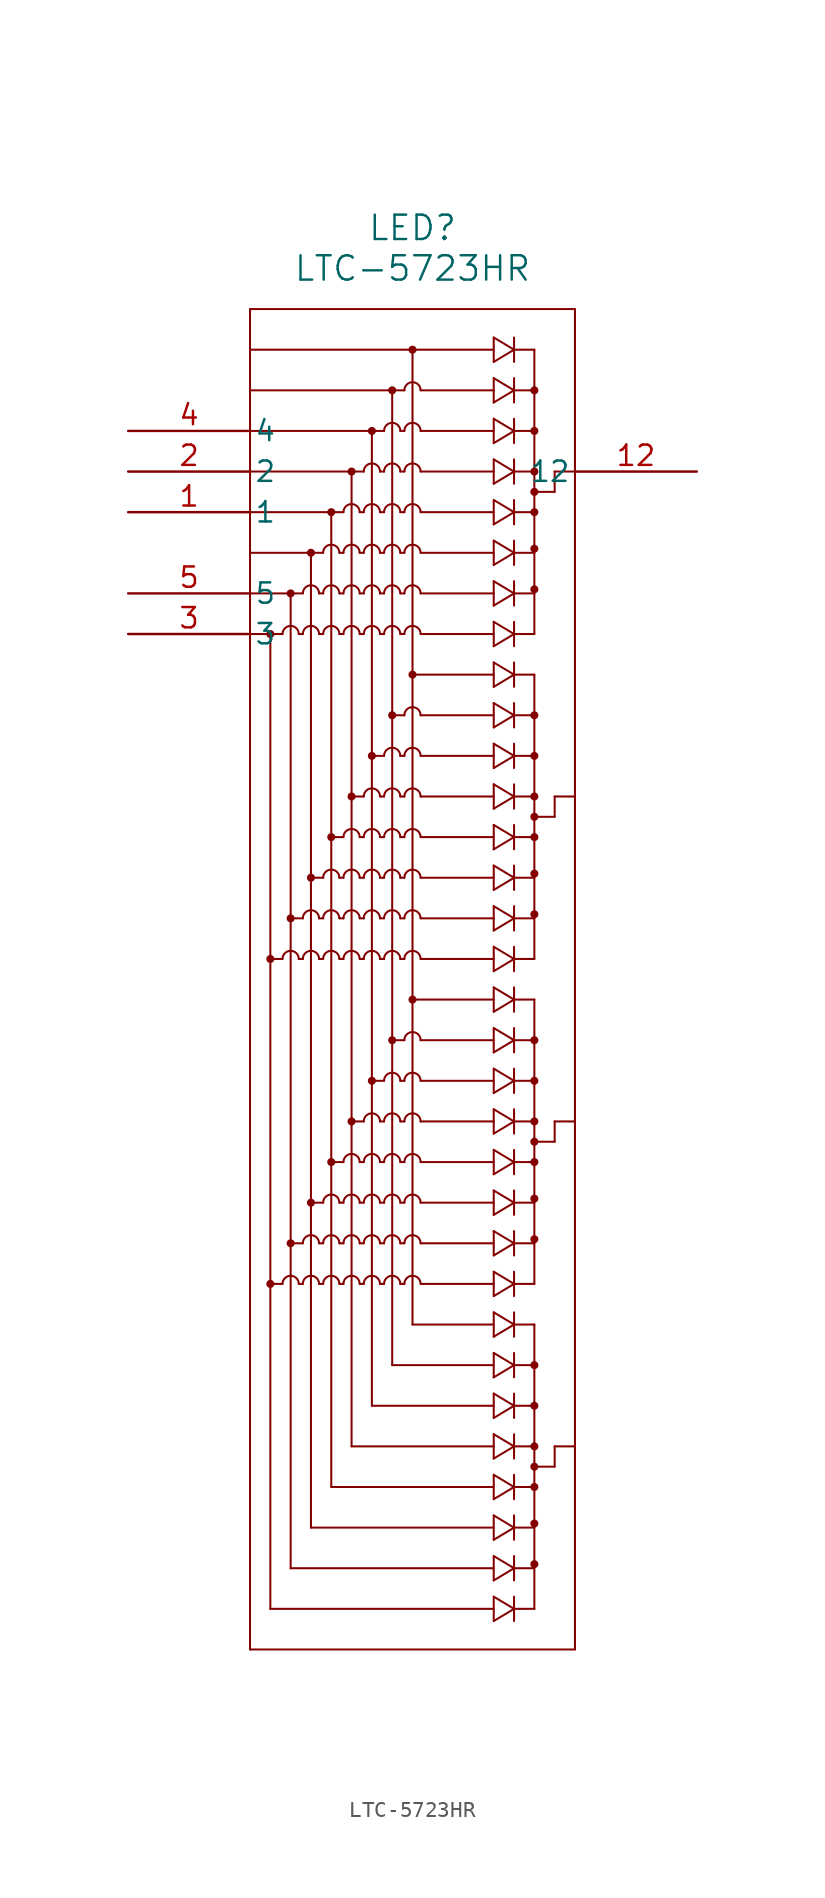
<source format=kicad_sym>
(kicad_symbol_lib
  (version 20211014)
  (generator kicad_symbol_editor)
  (symbol "LTC-5723HR"
    (pin_names
      (offset 0.254))
    (property "Reference" "LED"
      (at 20.32 7.62 0)
      (effects (font (size 1.524 1.524))))
    (property "Value" "LTC-5723HR"
      (at 20.32 5.08 0)
      (effects (font (size 1.524 1.524))))
    (symbol "LTC-5723HR_0_1"
      (polyline (pts (xy 10.16 2.54) (xy 10.16 -81.28)) (stroke (width 0.127) (type default) (color 0 0 0 0)) (fill (type none)))
      (polyline (pts (xy 10.16 -81.28) (xy 30.48 -81.28)) (stroke (width 0.127) (type default) (color 0 0 0 0)) (fill (type none)))
      (polyline (pts (xy 30.48 -81.28) (xy 30.48 2.54)) (stroke (width 0.127) (type default) (color 0 0 0 0)) (fill (type none)))
      (polyline (pts (xy 30.48 2.54) (xy 10.16 2.54)) (stroke (width 0.127) (type default) (color 0 0 0 0)) (fill (type none)))
      (polyline (pts (xy 30.48 -48.26) (xy 29.21 -48.26)) (stroke (width 0.127) (type default) (color 0 0 0 0)) (fill (type none)))
      (polyline (pts (xy 29.21 -48.26) (xy 29.21 -49.53)) (stroke (width 0.127) (type default) (color 0 0 0 0)) (fill (type none)))
      (polyline (pts (xy 29.21 -49.53) (xy 27.94 -49.53)) (stroke (width 0.127) (type default) (color 0 0 0 0)) (fill (type none)))
      (polyline (pts (xy 30.48 -27.94) (xy 29.21 -27.94)) (stroke (width 0.127) (type default) (color 0 0 0 0)) (fill (type none)))
      (polyline (pts (xy 30.48 -7.62) (xy 29.21 -7.62)) (stroke (width 0.127) (type default) (color 0 0 0 0)) (fill (type none)))
      (polyline (pts (xy 29.21 -7.62) (xy 29.21 -8.89)) (stroke (width 0.127) (type default) (color 0 0 0 0)) (fill (type none)))
      (polyline (pts (xy 29.21 -8.89) (xy 27.94 -8.89)) (stroke (width 0.127) (type default) (color 0 0 0 0)) (fill (type none)))
      (polyline (pts (xy 27.94 -17.78) (xy 27.94 0)) (stroke (width 0.127) (type default) (color 0 0 0 0)) (fill (type none)))
      (polyline (pts (xy 27.94 0) (xy 26.67 0)) (stroke (width 0.127) (type default) (color 0 0 0 0)) (fill (type none)))
      (polyline (pts (xy 26.67 0) (xy 25.4 -0.762)) (stroke (width 0.127) (type default) (color 0 0 0 0)) (fill (type none)))
      (polyline (pts (xy 25.4 -0.762) (xy 25.4 0.762)) (stroke (width 0.127) (type default) (color 0 0 0 0)) (fill (type none)))
      (polyline (pts (xy 25.4 0.762) (xy 26.67 0)) (stroke (width 0.127) (type default) (color 0 0 0 0)) (fill (type none)))
      (polyline (pts (xy 26.67 0.762) (xy 26.67 -0.762)) (stroke (width 0.127) (type default) (color 0 0 0 0)) (fill (type none)))
      (polyline (pts (xy 10.16 0) (xy 25.4 0)) (stroke (width 0.127) (type default) (color 0 0 0 0)) (fill (type none)))
      (polyline (pts (xy 27.94 -2.54) (xy 26.67 -2.54)) (stroke (width 0.127) (type default) (color 0 0 0 0)) (fill (type none)))
      (polyline (pts (xy 26.67 -2.54) (xy 25.4 -3.302)) (stroke (width 0.127) (type default) (color 0 0 0 0)) (fill (type none)))
      (polyline (pts (xy 25.4 -3.302) (xy 25.4 -1.778)) (stroke (width 0.127) (type default) (color 0 0 0 0)) (fill (type none)))
      (polyline (pts (xy 25.4 -1.778) (xy 26.67 -2.54)) (stroke (width 0.127) (type default) (color 0 0 0 0)) (fill (type none)))
      (polyline (pts (xy 26.67 -1.778) (xy 26.67 -3.302)) (stroke (width 0.127) (type default) (color 0 0 0 0)) (fill (type none)))
      (polyline (pts (xy 10.16 -2.54) (xy 19.812 -2.54)) (stroke (width 0.127) (type default) (color 0 0 0 0)) (fill (type none)))
      (polyline (pts (xy 27.94 -5.08) (xy 26.67 -5.08)) (stroke (width 0.127) (type default) (color 0 0 0 0)) (fill (type none)))
      (polyline (pts (xy 26.67 -5.08) (xy 25.4 -5.842)) (stroke (width 0.127) (type default) (color 0 0 0 0)) (fill (type none)))
      (polyline (pts (xy 25.4 -5.842) (xy 25.4 -4.318)) (stroke (width 0.127) (type default) (color 0 0 0 0)) (fill (type none)))
      (polyline (pts (xy 25.4 -4.318) (xy 26.67 -5.08)) (stroke (width 0.127) (type default) (color 0 0 0 0)) (fill (type none)))
      (polyline (pts (xy 26.67 -4.318) (xy 26.67 -5.842)) (stroke (width 0.127) (type default) (color 0 0 0 0)) (fill (type none)))
      (polyline (pts (xy 20.828 -5.08) (xy 25.4 -5.08)) (stroke (width 0.127) (type default) (color 0 0 0 0)) (fill (type none)))
      (polyline (pts (xy 27.94 -7.62) (xy 26.67 -7.62)) (stroke (width 0.127) (type default) (color 0 0 0 0)) (fill (type none)))
      (polyline (pts (xy 26.67 -7.62) (xy 25.4 -8.382)) (stroke (width 0.127) (type default) (color 0 0 0 0)) (fill (type none)))
      (polyline (pts (xy 25.4 -8.382) (xy 25.4 -6.858)) (stroke (width 0.127) (type default) (color 0 0 0 0)) (fill (type none)))
      (polyline (pts (xy 25.4 -6.858) (xy 26.67 -7.62)) (stroke (width 0.127) (type default) (color 0 0 0 0)) (fill (type none)))
      (polyline (pts (xy 26.67 -6.858) (xy 26.67 -8.382)) (stroke (width 0.127) (type default) (color 0 0 0 0)) (fill (type none)))
      (polyline (pts (xy 20.828 -7.62) (xy 25.4 -7.62)) (stroke (width 0.127) (type default) (color 0 0 0 0)) (fill (type none)))
      (polyline (pts (xy 27.94 -10.16) (xy 26.67 -10.16)) (stroke (width 0.127) (type default) (color 0 0 0 0)) (fill (type none)))
      (polyline (pts (xy 26.67 -10.16) (xy 25.4 -10.922)) (stroke (width 0.127) (type default) (color 0 0 0 0)) (fill (type none)))
      (polyline (pts (xy 25.4 -10.922) (xy 25.4 -9.398)) (stroke (width 0.127) (type default) (color 0 0 0 0)) (fill (type none)))
      (polyline (pts (xy 25.4 -9.398) (xy 26.67 -10.16)) (stroke (width 0.127) (type default) (color 0 0 0 0)) (fill (type none)))
      (polyline (pts (xy 26.67 -9.398) (xy 26.67 -10.922)) (stroke (width 0.127) (type default) (color 0 0 0 0)) (fill (type none)))
      (polyline (pts (xy 20.828 -10.16) (xy 25.4 -10.16)) (stroke (width 0.127) (type default) (color 0 0 0 0)) (fill (type none)))
      (polyline (pts (xy 27.94 -12.7) (xy 26.67 -12.7)) (stroke (width 0.127) (type default) (color 0 0 0 0)) (fill (type none)))
      (polyline (pts (xy 26.67 -12.7) (xy 25.4 -13.462)) (stroke (width 0.127) (type default) (color 0 0 0 0)) (fill (type none)))
      (polyline (pts (xy 25.4 -13.462) (xy 25.4 -11.938)) (stroke (width 0.127) (type default) (color 0 0 0 0)) (fill (type none)))
      (polyline (pts (xy 25.4 -11.938) (xy 26.67 -12.7)) (stroke (width 0.127) (type default) (color 0 0 0 0)) (fill (type none)))
      (polyline (pts (xy 26.67 -11.938) (xy 26.67 -13.462)) (stroke (width 0.127) (type default) (color 0 0 0 0)) (fill (type none)))
      (polyline (pts (xy 20.828 -12.7) (xy 25.4 -12.7)) (stroke (width 0.127) (type default) (color 0 0 0 0)) (fill (type none)))
      (polyline (pts (xy 27.94 -15.24) (xy 26.67 -15.24)) (stroke (width 0.127) (type default) (color 0 0 0 0)) (fill (type none)))
      (polyline (pts (xy 26.67 -15.24) (xy 25.4 -16.002)) (stroke (width 0.127) (type default) (color 0 0 0 0)) (fill (type none)))
      (polyline (pts (xy 25.4 -16.002) (xy 25.4 -14.478)) (stroke (width 0.127) (type default) (color 0 0 0 0)) (fill (type none)))
      (polyline (pts (xy 25.4 -14.478) (xy 26.67 -15.24)) (stroke (width 0.127) (type default) (color 0 0 0 0)) (fill (type none)))
      (polyline (pts (xy 26.67 -14.478) (xy 26.67 -16.002)) (stroke (width 0.127) (type default) (color 0 0 0 0)) (fill (type none)))
      (polyline (pts (xy 10.16 -15.24) (xy 13.462 -15.24)) (stroke (width 0.127) (type default) (color 0 0 0 0)) (fill (type none)))
      (polyline (pts (xy 27.94 -17.78) (xy 26.67 -17.78)) (stroke (width 0.127) (type default) (color 0 0 0 0)) (fill (type none)))
      (polyline (pts (xy 26.67 -17.78) (xy 25.4 -18.542)) (stroke (width 0.127) (type default) (color 0 0 0 0)) (fill (type none)))
      (polyline (pts (xy 25.4 -18.542) (xy 25.4 -17.018)) (stroke (width 0.127) (type default) (color 0 0 0 0)) (fill (type none)))
      (polyline (pts (xy 25.4 -17.018) (xy 26.67 -17.78)) (stroke (width 0.127) (type default) (color 0 0 0 0)) (fill (type none)))
      (polyline (pts (xy 26.67 -17.018) (xy 26.67 -18.542)) (stroke (width 0.127) (type default) (color 0 0 0 0)) (fill (type none)))
      (polyline (pts (xy 10.16 -17.78) (xy 12.192 -17.78)) (stroke (width 0.127) (type default) (color 0 0 0 0)) (fill (type none)))
      (polyline (pts (xy 20.32 0) (xy 20.32 -60.96)) (stroke (width 0.127) (type default) (color 0 0 0 0)) (fill (type none)))
      (polyline (pts (xy 19.05 -2.54) (xy 19.05 -63.5)) (stroke (width 0.127) (type default) (color 0 0 0 0)) (fill (type none)))
      (polyline (pts (xy 17.78 -5.08) (xy 17.78 -66.04)) (stroke (width 0.127) (type default) (color 0 0 0 0)) (fill (type none)))
      (polyline (pts (xy 16.51 -7.62) (xy 16.51 -68.58)) (stroke (width 0.127) (type default) (color 0 0 0 0)) (fill (type none)))
      (polyline (pts (xy 15.24 -10.16) (xy 15.24 -71.12)) (stroke (width 0.127) (type default) (color 0 0 0 0)) (fill (type none)))
      (polyline (pts (xy 13.97 -12.7) (xy 13.97 -73.66)) (stroke (width 0.127) (type default) (color 0 0 0 0)) (fill (type none)))
      (polyline (pts (xy 12.7 -15.24) (xy 12.7 -76.2)) (stroke (width 0.127) (type default) (color 0 0 0 0)) (fill (type none)))
      (polyline (pts (xy 11.43 -17.78) (xy 11.43 -78.74)) (stroke (width 0.127) (type default) (color 0 0 0 0)) (fill (type none)))
      (arc (start 20.828 -2.54) (mid 20.32 -2.032) (end 19.812 -2.54) (stroke (width 0.127) (type default) (color 0 0 0 0)) (fill (type none)))
      (arc (start 20.828 -5.08) (mid 20.32 -4.572) (end 19.812 -5.08) (stroke (width 0.127) (type default) (color 0 0 0 0)) (fill (type none)))
      (arc (start 19.558 -5.08) (mid 19.05 -4.572) (end 18.542 -5.08) (stroke (width 0.127) (type default) (color 0 0 0 0)) (fill (type none)))
      (polyline (pts (xy 20.828 -2.54) (xy 25.4 -2.54)) (stroke (width 0.127) (type default) (color 0 0 0 0)) (fill (type none)))
      (polyline (pts (xy 19.812 -5.08) (xy 19.558 -5.08)) (stroke (width 0.127) (type default) (color 0 0 0 0)) (fill (type none)))
      (polyline (pts (xy 18.542 -5.08) (xy 10.16 -5.08)) (stroke (width 0.127) (type default) (color 0 0 0 0)) (fill (type none)))
      (arc (start 20.828 -7.62) (mid 20.32 -7.112) (end 19.812 -7.62) (stroke (width 0.127) (type default) (color 0 0 0 0)) (fill (type none)))
      (arc (start 19.558 -7.62) (mid 19.05 -7.112) (end 18.542 -7.62) (stroke (width 0.127) (type default) (color 0 0 0 0)) (fill (type none)))
      (polyline (pts (xy 19.812 -7.62) (xy 19.558 -7.62)) (stroke (width 0.127) (type default) (color 0 0 0 0)) (fill (type none)))
      (arc (start 18.288 -7.62) (mid 17.78 -7.112) (end 17.272 -7.62) (stroke (width 0.127) (type default) (color 0 0 0 0)) (fill (type none)))
      (polyline (pts (xy 18.542 -7.62) (xy 18.288 -7.62)) (stroke (width 0.127) (type default) (color 0 0 0 0)) (fill (type none)))
      (polyline (pts (xy 10.16 -7.62) (xy 17.272 -7.62)) (stroke (width 0.127) (type default) (color 0 0 0 0)) (fill (type none)))
      (arc (start 19.558 -10.16) (mid 19.05 -9.652) (end 18.542 -10.16) (stroke (width 0.127) (type default) (color 0 0 0 0)) (fill (type none)))
      (arc (start 18.288 -10.16) (mid 17.78 -9.652) (end 17.272 -10.16) (stroke (width 0.127) (type default) (color 0 0 0 0)) (fill (type none)))
      (polyline (pts (xy 18.542 -10.16) (xy 18.288 -10.16)) (stroke (width 0.127) (type default) (color 0 0 0 0)) (fill (type none)))
      (arc (start 17.018 -10.16) (mid 16.51 -9.652) (end 16.002 -10.16) (stroke (width 0.127) (type default) (color 0 0 0 0)) (fill (type none)))
      (polyline (pts (xy 17.272 -10.16) (xy 17.018 -10.16)) (stroke (width 0.127) (type default) (color 0 0 0 0)) (fill (type none)))
      (polyline (pts (xy 10.16 -10.16) (xy 16.002 -10.16)) (stroke (width 0.127) (type default) (color 0 0 0 0)) (fill (type none)))
      (arc (start 20.828 -10.16) (mid 20.32 -9.652) (end 19.812 -10.16) (stroke (width 0.127) (type default) (color 0 0 0 0)) (fill (type none)))
      (polyline (pts (xy 19.812 -10.16) (xy 19.558 -10.16)) (stroke (width 0.127) (type default) (color 0 0 0 0)) (fill (type none)))
      (circle (center 20.32 0) (radius 0.127) (stroke (width 0.254) (type default) (color 0 0 0 0)) (fill (type none)))
      (circle (center 19.05 -2.54) (radius 0.127) (stroke (width 0.254) (type default) (color 0 0 0 0)) (fill (type none)))
      (circle (center 16.51 -7.62) (radius 0.127) (stroke (width 0.254) (type default) (color 0 0 0 0)) (fill (type none)))
      (circle (center 17.78 -5.08) (radius 0.127) (stroke (width 0.254) (type default) (color 0 0 0 0)) (fill (type none)))
      (circle (center 13.97 -12.7) (radius 0.127) (stroke (width 0.254) (type default) (color 0 0 0 0)) (fill (type none)))
      (circle (center 15.24 -10.16) (radius 0.127) (stroke (width 0.254) (type default) (color 0 0 0 0)) (fill (type none)))
      (arc (start 18.288 -12.7) (mid 17.78 -12.192) (end 17.272 -12.7) (stroke (width 0.127) (type default) (color 0 0 0 0)) (fill (type none)))
      (arc (start 17.018 -12.7) (mid 16.51 -12.192) (end 16.002 -12.7) (stroke (width 0.127) (type default) (color 0 0 0 0)) (fill (type none)))
      (polyline (pts (xy 17.272 -12.7) (xy 17.018 -12.7)) (stroke (width 0.127) (type default) (color 0 0 0 0)) (fill (type none)))
      (arc (start 15.748 -12.7) (mid 15.24 -12.192) (end 14.732 -12.7) (stroke (width 0.127) (type default) (color 0 0 0 0)) (fill (type none)))
      (polyline (pts (xy 16.002 -12.7) (xy 15.748 -12.7)) (stroke (width 0.127) (type default) (color 0 0 0 0)) (fill (type none)))
      (arc (start 19.558 -12.7) (mid 19.05 -12.192) (end 18.542 -12.7) (stroke (width 0.127) (type default) (color 0 0 0 0)) (fill (type none)))
      (polyline (pts (xy 18.542 -12.7) (xy 18.288 -12.7)) (stroke (width 0.127) (type default) (color 0 0 0 0)) (fill (type none)))
      (arc (start 20.828 -12.7) (mid 20.32 -12.192) (end 19.812 -12.7) (stroke (width 0.127) (type default) (color 0 0 0 0)) (fill (type none)))
      (polyline (pts (xy 19.812 -12.7) (xy 19.558 -12.7)) (stroke (width 0.127) (type default) (color 0 0 0 0)) (fill (type none)))
      (polyline (pts (xy 14.732 -12.7) (xy 10.16 -12.7)) (stroke (width 0.127) (type default) (color 0 0 0 0)) (fill (type none)))
      (circle (center 12.7 -15.24) (radius 0.127) (stroke (width 0.254) (type default) (color 0 0 0 0)) (fill (type none)))
      (arc (start 17.018 -15.24) (mid 16.51 -14.732) (end 16.002 -15.24) (stroke (width 0.127) (type default) (color 0 0 0 0)) (fill (type none)))
      (arc (start 15.748 -15.24) (mid 15.24 -14.732) (end 14.732 -15.24) (stroke (width 0.127) (type default) (color 0 0 0 0)) (fill (type none)))
      (polyline (pts (xy 16.002 -15.24) (xy 15.748 -15.24)) (stroke (width 0.127) (type default) (color 0 0 0 0)) (fill (type none)))
      (arc (start 14.478 -15.24) (mid 13.97 -14.732) (end 13.462 -15.24) (stroke (width 0.127) (type default) (color 0 0 0 0)) (fill (type none)))
      (polyline (pts (xy 14.732 -15.24) (xy 14.478 -15.24)) (stroke (width 0.127) (type default) (color 0 0 0 0)) (fill (type none)))
      (arc (start 18.288 -15.24) (mid 17.78 -14.732) (end 17.272 -15.24) (stroke (width 0.127) (type default) (color 0 0 0 0)) (fill (type none)))
      (polyline (pts (xy 17.272 -15.24) (xy 17.018 -15.24)) (stroke (width 0.127) (type default) (color 0 0 0 0)) (fill (type none)))
      (arc (start 19.558 -15.24) (mid 19.05 -14.732) (end 18.542 -15.24) (stroke (width 0.127) (type default) (color 0 0 0 0)) (fill (type none)))
      (polyline (pts (xy 18.542 -15.24) (xy 18.288 -15.24)) (stroke (width 0.127) (type default) (color 0 0 0 0)) (fill (type none)))
      (arc (start 20.828 -15.24) (mid 20.32 -14.732) (end 19.812 -15.24) (stroke (width 0.127) (type default) (color 0 0 0 0)) (fill (type none)))
      (polyline (pts (xy 19.812 -15.24) (xy 19.558 -15.24)) (stroke (width 0.127) (type default) (color 0 0 0 0)) (fill (type none)))
      (polyline (pts (xy 25.4 -15.24) (xy 20.828 -15.24)) (stroke (width 0.127) (type default) (color 0 0 0 0)) (fill (type none)))
      (circle (center 11.43 -17.78) (radius 0.127) (stroke (width 0.254) (type default) (color 0 0 0 0)) (fill (type none)))
      (arc (start 15.748 -17.78) (mid 15.24 -17.272) (end 14.732 -17.78) (stroke (width 0.127) (type default) (color 0 0 0 0)) (fill (type none)))
      (arc (start 14.478 -17.78) (mid 13.97 -17.272) (end 13.462 -17.78) (stroke (width 0.127) (type default) (color 0 0 0 0)) (fill (type none)))
      (polyline (pts (xy 14.732 -17.78) (xy 14.478 -17.78)) (stroke (width 0.127) (type default) (color 0 0 0 0)) (fill (type none)))
      (arc (start 13.208 -17.78) (mid 12.7 -17.272) (end 12.192 -17.78) (stroke (width 0.127) (type default) (color 0 0 0 0)) (fill (type none)))
      (polyline (pts (xy 13.462 -17.78) (xy 13.208 -17.78)) (stroke (width 0.127) (type default) (color 0 0 0 0)) (fill (type none)))
      (arc (start 17.018 -17.78) (mid 16.51 -17.272) (end 16.002 -17.78) (stroke (width 0.127) (type default) (color 0 0 0 0)) (fill (type none)))
      (polyline (pts (xy 16.002 -17.78) (xy 15.748 -17.78)) (stroke (width 0.127) (type default) (color 0 0 0 0)) (fill (type none)))
      (arc (start 18.288 -17.78) (mid 17.78 -17.272) (end 17.272 -17.78) (stroke (width 0.127) (type default) (color 0 0 0 0)) (fill (type none)))
      (polyline (pts (xy 17.272 -17.78) (xy 17.018 -17.78)) (stroke (width 0.127) (type default) (color 0 0 0 0)) (fill (type none)))
      (arc (start 19.558 -17.78) (mid 19.05 -17.272) (end 18.542 -17.78) (stroke (width 0.127) (type default) (color 0 0 0 0)) (fill (type none)))
      (polyline (pts (xy 18.542 -17.78) (xy 18.288 -17.78)) (stroke (width 0.127) (type default) (color 0 0 0 0)) (fill (type none)))
      (arc (start 20.828 -17.78) (mid 20.32 -17.272) (end 19.812 -17.78) (stroke (width 0.127) (type default) (color 0 0 0 0)) (fill (type none)))
      (polyline (pts (xy 19.812 -17.78) (xy 19.558 -17.78)) (stroke (width 0.127) (type default) (color 0 0 0 0)) (fill (type none)))
      (polyline (pts (xy 25.4 -17.78) (xy 20.828 -17.78)) (stroke (width 0.127) (type default) (color 0 0 0 0)) (fill (type none)))
      (polyline (pts (xy 29.21 -27.94) (xy 29.21 -29.21)) (stroke (width 0.127) (type default) (color 0 0 0 0)) (fill (type none)))
      (polyline (pts (xy 29.21 -29.21) (xy 27.94 -29.21)) (stroke (width 0.127) (type default) (color 0 0 0 0)) (fill (type none)))
      (polyline (pts (xy 27.94 -38.1) (xy 27.94 -20.32)) (stroke (width 0.127) (type default) (color 0 0 0 0)) (fill (type none)))
      (polyline (pts (xy 27.94 -20.32) (xy 26.67 -20.32)) (stroke (width 0.127) (type default) (color 0 0 0 0)) (fill (type none)))
      (polyline (pts (xy 26.67 -20.32) (xy 25.4 -21.082)) (stroke (width 0.127) (type default) (color 0 0 0 0)) (fill (type none)))
      (polyline (pts (xy 25.4 -21.082) (xy 25.4 -19.558)) (stroke (width 0.127) (type default) (color 0 0 0 0)) (fill (type none)))
      (polyline (pts (xy 25.4 -19.558) (xy 26.67 -20.32)) (stroke (width 0.127) (type default) (color 0 0 0 0)) (fill (type none)))
      (polyline (pts (xy 26.67 -19.558) (xy 26.67 -21.082)) (stroke (width 0.127) (type default) (color 0 0 0 0)) (fill (type none)))
      (polyline (pts (xy 20.32 -20.32) (xy 25.4 -20.32)) (stroke (width 0.127) (type default) (color 0 0 0 0)) (fill (type none)))
      (polyline (pts (xy 27.94 -22.86) (xy 26.67 -22.86)) (stroke (width 0.127) (type default) (color 0 0 0 0)) (fill (type none)))
      (polyline (pts (xy 26.67 -22.86) (xy 25.4 -23.622)) (stroke (width 0.127) (type default) (color 0 0 0 0)) (fill (type none)))
      (polyline (pts (xy 25.4 -23.622) (xy 25.4 -22.098)) (stroke (width 0.127) (type default) (color 0 0 0 0)) (fill (type none)))
      (polyline (pts (xy 25.4 -22.098) (xy 26.67 -22.86)) (stroke (width 0.127) (type default) (color 0 0 0 0)) (fill (type none)))
      (polyline (pts (xy 26.67 -22.098) (xy 26.67 -23.622)) (stroke (width 0.127) (type default) (color 0 0 0 0)) (fill (type none)))
      (polyline (pts (xy 19.05 -22.86) (xy 19.812 -22.86)) (stroke (width 0.127) (type default) (color 0 0 0 0)) (fill (type none)))
      (polyline (pts (xy 27.94 -25.4) (xy 26.67 -25.4)) (stroke (width 0.127) (type default) (color 0 0 0 0)) (fill (type none)))
      (polyline (pts (xy 26.67 -25.4) (xy 25.4 -26.162)) (stroke (width 0.127) (type default) (color 0 0 0 0)) (fill (type none)))
      (polyline (pts (xy 25.4 -26.162) (xy 25.4 -24.638)) (stroke (width 0.127) (type default) (color 0 0 0 0)) (fill (type none)))
      (polyline (pts (xy 25.4 -24.638) (xy 26.67 -25.4)) (stroke (width 0.127) (type default) (color 0 0 0 0)) (fill (type none)))
      (polyline (pts (xy 26.67 -24.638) (xy 26.67 -26.162)) (stroke (width 0.127) (type default) (color 0 0 0 0)) (fill (type none)))
      (polyline (pts (xy 20.828 -25.4) (xy 25.4 -25.4)) (stroke (width 0.127) (type default) (color 0 0 0 0)) (fill (type none)))
      (polyline (pts (xy 27.94 -27.94) (xy 26.67 -27.94)) (stroke (width 0.127) (type default) (color 0 0 0 0)) (fill (type none)))
      (polyline (pts (xy 26.67 -27.94) (xy 25.4 -28.702)) (stroke (width 0.127) (type default) (color 0 0 0 0)) (fill (type none)))
      (polyline (pts (xy 25.4 -28.702) (xy 25.4 -27.178)) (stroke (width 0.127) (type default) (color 0 0 0 0)) (fill (type none)))
      (polyline (pts (xy 25.4 -27.178) (xy 26.67 -27.94)) (stroke (width 0.127) (type default) (color 0 0 0 0)) (fill (type none)))
      (polyline (pts (xy 26.67 -27.178) (xy 26.67 -28.702)) (stroke (width 0.127) (type default) (color 0 0 0 0)) (fill (type none)))
      (polyline (pts (xy 20.828 -27.94) (xy 25.4 -27.94)) (stroke (width 0.127) (type default) (color 0 0 0 0)) (fill (type none)))
      (polyline (pts (xy 27.94 -30.48) (xy 26.67 -30.48)) (stroke (width 0.127) (type default) (color 0 0 0 0)) (fill (type none)))
      (polyline (pts (xy 26.67 -30.48) (xy 25.4 -31.242)) (stroke (width 0.127) (type default) (color 0 0 0 0)) (fill (type none)))
      (polyline (pts (xy 25.4 -31.242) (xy 25.4 -29.718)) (stroke (width 0.127) (type default) (color 0 0 0 0)) (fill (type none)))
      (polyline (pts (xy 25.4 -29.718) (xy 26.67 -30.48)) (stroke (width 0.127) (type default) (color 0 0 0 0)) (fill (type none)))
      (polyline (pts (xy 26.67 -29.718) (xy 26.67 -31.242)) (stroke (width 0.127) (type default) (color 0 0 0 0)) (fill (type none)))
      (polyline (pts (xy 20.828 -30.48) (xy 25.4 -30.48)) (stroke (width 0.127) (type default) (color 0 0 0 0)) (fill (type none)))
      (polyline (pts (xy 27.94 -33.02) (xy 26.67 -33.02)) (stroke (width 0.127) (type default) (color 0 0 0 0)) (fill (type none)))
      (polyline (pts (xy 26.67 -33.02) (xy 25.4 -33.782)) (stroke (width 0.127) (type default) (color 0 0 0 0)) (fill (type none)))
      (polyline (pts (xy 25.4 -33.782) (xy 25.4 -32.258)) (stroke (width 0.127) (type default) (color 0 0 0 0)) (fill (type none)))
      (polyline (pts (xy 25.4 -32.258) (xy 26.67 -33.02)) (stroke (width 0.127) (type default) (color 0 0 0 0)) (fill (type none)))
      (polyline (pts (xy 26.67 -32.258) (xy 26.67 -33.782)) (stroke (width 0.127) (type default) (color 0 0 0 0)) (fill (type none)))
      (polyline (pts (xy 20.828 -33.02) (xy 25.4 -33.02)) (stroke (width 0.127) (type default) (color 0 0 0 0)) (fill (type none)))
      (polyline (pts (xy 27.94 -35.56) (xy 26.67 -35.56)) (stroke (width 0.127) (type default) (color 0 0 0 0)) (fill (type none)))
      (polyline (pts (xy 26.67 -35.56) (xy 25.4 -36.322)) (stroke (width 0.127) (type default) (color 0 0 0 0)) (fill (type none)))
      (polyline (pts (xy 25.4 -36.322) (xy 25.4 -34.798)) (stroke (width 0.127) (type default) (color 0 0 0 0)) (fill (type none)))
      (polyline (pts (xy 25.4 -34.798) (xy 26.67 -35.56)) (stroke (width 0.127) (type default) (color 0 0 0 0)) (fill (type none)))
      (polyline (pts (xy 26.67 -34.798) (xy 26.67 -36.322)) (stroke (width 0.127) (type default) (color 0 0 0 0)) (fill (type none)))
      (polyline (pts (xy 12.7 -35.56) (xy 13.462 -35.56)) (stroke (width 0.127) (type default) (color 0 0 0 0)) (fill (type none)))
      (polyline (pts (xy 27.94 -38.1) (xy 26.67 -38.1)) (stroke (width 0.127) (type default) (color 0 0 0 0)) (fill (type none)))
      (polyline (pts (xy 26.67 -38.1) (xy 25.4 -38.862)) (stroke (width 0.127) (type default) (color 0 0 0 0)) (fill (type none)))
      (polyline (pts (xy 25.4 -38.862) (xy 25.4 -37.338)) (stroke (width 0.127) (type default) (color 0 0 0 0)) (fill (type none)))
      (polyline (pts (xy 25.4 -37.338) (xy 26.67 -38.1)) (stroke (width 0.127) (type default) (color 0 0 0 0)) (fill (type none)))
      (polyline (pts (xy 26.67 -37.338) (xy 26.67 -38.862)) (stroke (width 0.127) (type default) (color 0 0 0 0)) (fill (type none)))
      (polyline (pts (xy 11.43 -38.1) (xy 12.192 -38.1)) (stroke (width 0.127) (type default) (color 0 0 0 0)) (fill (type none)))
      (polyline (pts (xy 18.542 -25.4) (xy 17.78 -25.4)) (stroke (width 0.127) (type default) (color 0 0 0 0)) (fill (type none)))
      (polyline (pts (xy 16.51 -27.94) (xy 17.272 -27.94)) (stroke (width 0.127) (type default) (color 0 0 0 0)) (fill (type none)))
      (polyline (pts (xy 15.24 -30.48) (xy 16.002 -30.48)) (stroke (width 0.127) (type default) (color 0 0 0 0)) (fill (type none)))
      (polyline (pts (xy 14.732 -33.02) (xy 13.97 -33.02)) (stroke (width 0.127) (type default) (color 0 0 0 0)) (fill (type none)))
      (arc (start 20.828 -22.86) (mid 20.32 -22.352) (end 19.812 -22.86) (stroke (width 0.127) (type default) (color 0 0 0 0)) (fill (type none)))
      (arc (start 20.828 -25.4) (mid 20.32 -24.892) (end 19.812 -25.4) (stroke (width 0.127) (type default) (color 0 0 0 0)) (fill (type none)))
      (arc (start 19.558 -25.4) (mid 19.05 -24.892) (end 18.542 -25.4) (stroke (width 0.127) (type default) (color 0 0 0 0)) (fill (type none)))
      (polyline (pts (xy 20.828 -22.86) (xy 25.4 -22.86)) (stroke (width 0.127) (type default) (color 0 0 0 0)) (fill (type none)))
      (polyline (pts (xy 19.812 -25.4) (xy 19.558 -25.4)) (stroke (width 0.127) (type default) (color 0 0 0 0)) (fill (type none)))
      (arc (start 20.828 -27.94) (mid 20.32 -27.432) (end 19.812 -27.94) (stroke (width 0.127) (type default) (color 0 0 0 0)) (fill (type none)))
      (arc (start 19.558 -27.94) (mid 19.05 -27.432) (end 18.542 -27.94) (stroke (width 0.127) (type default) (color 0 0 0 0)) (fill (type none)))
      (polyline (pts (xy 19.812 -27.94) (xy 19.558 -27.94)) (stroke (width 0.127) (type default) (color 0 0 0 0)) (fill (type none)))
      (arc (start 18.288 -27.94) (mid 17.78 -27.432) (end 17.272 -27.94) (stroke (width 0.127) (type default) (color 0 0 0 0)) (fill (type none)))
      (polyline (pts (xy 18.542 -27.94) (xy 18.288 -27.94)) (stroke (width 0.127) (type default) (color 0 0 0 0)) (fill (type none)))
      (arc (start 19.558 -30.48) (mid 19.05 -29.972) (end 18.542 -30.48) (stroke (width 0.127) (type default) (color 0 0 0 0)) (fill (type none)))
      (arc (start 18.288 -30.48) (mid 17.78 -29.972) (end 17.272 -30.48) (stroke (width 0.127) (type default) (color 0 0 0 0)) (fill (type none)))
      (polyline (pts (xy 18.542 -30.48) (xy 18.288 -30.48)) (stroke (width 0.127) (type default) (color 0 0 0 0)) (fill (type none)))
      (arc (start 17.018 -30.48) (mid 16.51 -29.972) (end 16.002 -30.48) (stroke (width 0.127) (type default) (color 0 0 0 0)) (fill (type none)))
      (polyline (pts (xy 17.272 -30.48) (xy 17.018 -30.48)) (stroke (width 0.127) (type default) (color 0 0 0 0)) (fill (type none)))
      (arc (start 20.828 -30.48) (mid 20.32 -29.972) (end 19.812 -30.48) (stroke (width 0.127) (type default) (color 0 0 0 0)) (fill (type none)))
      (polyline (pts (xy 19.812 -30.48) (xy 19.558 -30.48)) (stroke (width 0.127) (type default) (color 0 0 0 0)) (fill (type none)))
      (circle (center 20.32 -20.32) (radius 0.127) (stroke (width 0.254) (type default) (color 0 0 0 0)) (fill (type none)))
      (circle (center 19.05 -22.86) (radius 0.127) (stroke (width 0.254) (type default) (color 0 0 0 0)) (fill (type none)))
      (circle (center 16.51 -27.94) (radius 0.127) (stroke (width 0.254) (type default) (color 0 0 0 0)) (fill (type none)))
      (circle (center 17.78 -25.4) (radius 0.127) (stroke (width 0.254) (type default) (color 0 0 0 0)) (fill (type none)))
      (circle (center 13.97 -33.02) (radius 0.127) (stroke (width 0.254) (type default) (color 0 0 0 0)) (fill (type none)))
      (circle (center 15.24 -30.48) (radius 0.127) (stroke (width 0.254) (type default) (color 0 0 0 0)) (fill (type none)))
      (arc (start 18.288 -33.02) (mid 17.78 -32.512) (end 17.272 -33.02) (stroke (width 0.127) (type default) (color 0 0 0 0)) (fill (type none)))
      (arc (start 17.018 -33.02) (mid 16.51 -32.512) (end 16.002 -33.02) (stroke (width 0.127) (type default) (color 0 0 0 0)) (fill (type none)))
      (polyline (pts (xy 17.272 -33.02) (xy 17.018 -33.02)) (stroke (width 0.127) (type default) (color 0 0 0 0)) (fill (type none)))
      (arc (start 15.748 -33.02) (mid 15.24 -32.512) (end 14.732 -33.02) (stroke (width 0.127) (type default) (color 0 0 0 0)) (fill (type none)))
      (polyline (pts (xy 16.002 -33.02) (xy 15.748 -33.02)) (stroke (width 0.127) (type default) (color 0 0 0 0)) (fill (type none)))
      (arc (start 19.558 -33.02) (mid 19.05 -32.512) (end 18.542 -33.02) (stroke (width 0.127) (type default) (color 0 0 0 0)) (fill (type none)))
      (polyline (pts (xy 18.542 -33.02) (xy 18.288 -33.02)) (stroke (width 0.127) (type default) (color 0 0 0 0)) (fill (type none)))
      (arc (start 20.828 -33.02) (mid 20.32 -32.512) (end 19.812 -33.02) (stroke (width 0.127) (type default) (color 0 0 0 0)) (fill (type none)))
      (polyline (pts (xy 19.812 -33.02) (xy 19.558 -33.02)) (stroke (width 0.127) (type default) (color 0 0 0 0)) (fill (type none)))
      (circle (center 12.7 -35.56) (radius 0.127) (stroke (width 0.254) (type default) (color 0 0 0 0)) (fill (type none)))
      (arc (start 17.018 -35.56) (mid 16.51 -35.052) (end 16.002 -35.56) (stroke (width 0.127) (type default) (color 0 0 0 0)) (fill (type none)))
      (arc (start 15.748 -35.56) (mid 15.24 -35.052) (end 14.732 -35.56) (stroke (width 0.127) (type default) (color 0 0 0 0)) (fill (type none)))
      (polyline (pts (xy 16.002 -35.56) (xy 15.748 -35.56)) (stroke (width 0.127) (type default) (color 0 0 0 0)) (fill (type none)))
      (arc (start 14.478 -35.56) (mid 13.97 -35.052) (end 13.462 -35.56) (stroke (width 0.127) (type default) (color 0 0 0 0)) (fill (type none)))
      (polyline (pts (xy 14.732 -35.56) (xy 14.478 -35.56)) (stroke (width 0.127) (type default) (color 0 0 0 0)) (fill (type none)))
      (arc (start 18.288 -35.56) (mid 17.78 -35.052) (end 17.272 -35.56) (stroke (width 0.127) (type default) (color 0 0 0 0)) (fill (type none)))
      (polyline (pts (xy 17.272 -35.56) (xy 17.018 -35.56)) (stroke (width 0.127) (type default) (color 0 0 0 0)) (fill (type none)))
      (arc (start 19.558 -35.56) (mid 19.05 -35.052) (end 18.542 -35.56) (stroke (width 0.127) (type default) (color 0 0 0 0)) (fill (type none)))
      (polyline (pts (xy 18.542 -35.56) (xy 18.288 -35.56)) (stroke (width 0.127) (type default) (color 0 0 0 0)) (fill (type none)))
      (arc (start 20.828 -35.56) (mid 20.32 -35.052) (end 19.812 -35.56) (stroke (width 0.127) (type default) (color 0 0 0 0)) (fill (type none)))
      (polyline (pts (xy 19.812 -35.56) (xy 19.558 -35.56)) (stroke (width 0.127) (type default) (color 0 0 0 0)) (fill (type none)))
      (polyline (pts (xy 25.4 -35.56) (xy 20.828 -35.56)) (stroke (width 0.127) (type default) (color 0 0 0 0)) (fill (type none)))
      (circle (center 11.43 -38.1) (radius 0.127) (stroke (width 0.254) (type default) (color 0 0 0 0)) (fill (type none)))
      (arc (start 15.748 -38.1) (mid 15.24 -37.592) (end 14.732 -38.1) (stroke (width 0.127) (type default) (color 0 0 0 0)) (fill (type none)))
      (arc (start 14.478 -38.1) (mid 13.97 -37.592) (end 13.462 -38.1) (stroke (width 0.127) (type default) (color 0 0 0 0)) (fill (type none)))
      (polyline (pts (xy 14.732 -38.1) (xy 14.478 -38.1)) (stroke (width 0.127) (type default) (color 0 0 0 0)) (fill (type none)))
      (arc (start 13.208 -38.1) (mid 12.7 -37.592) (end 12.192 -38.1) (stroke (width 0.127) (type default) (color 0 0 0 0)) (fill (type none)))
      (polyline (pts (xy 13.462 -38.1) (xy 13.208 -38.1)) (stroke (width 0.127) (type default) (color 0 0 0 0)) (fill (type none)))
      (arc (start 17.018 -38.1) (mid 16.51 -37.592) (end 16.002 -38.1) (stroke (width 0.127) (type default) (color 0 0 0 0)) (fill (type none)))
      (polyline (pts (xy 16.002 -38.1) (xy 15.748 -38.1)) (stroke (width 0.127) (type default) (color 0 0 0 0)) (fill (type none)))
      (arc (start 18.288 -38.1) (mid 17.78 -37.592) (end 17.272 -38.1) (stroke (width 0.127) (type default) (color 0 0 0 0)) (fill (type none)))
      (polyline (pts (xy 17.272 -38.1) (xy 17.018 -38.1)) (stroke (width 0.127) (type default) (color 0 0 0 0)) (fill (type none)))
      (arc (start 19.558 -38.1) (mid 19.05 -37.592) (end 18.542 -38.1) (stroke (width 0.127) (type default) (color 0 0 0 0)) (fill (type none)))
      (polyline (pts (xy 18.542 -38.1) (xy 18.288 -38.1)) (stroke (width 0.127) (type default) (color 0 0 0 0)) (fill (type none)))
      (arc (start 20.828 -38.1) (mid 20.32 -37.592) (end 19.812 -38.1) (stroke (width 0.127) (type default) (color 0 0 0 0)) (fill (type none)))
      (polyline (pts (xy 19.812 -38.1) (xy 19.558 -38.1)) (stroke (width 0.127) (type default) (color 0 0 0 0)) (fill (type none)))
      (polyline (pts (xy 25.4 -38.1) (xy 20.828 -38.1)) (stroke (width 0.127) (type default) (color 0 0 0 0)) (fill (type none)))
      (polyline (pts (xy 27.94 -58.42) (xy 27.94 -40.64)) (stroke (width 0.127) (type default) (color 0 0 0 0)) (fill (type none)))
      (polyline (pts (xy 27.94 -40.64) (xy 26.67 -40.64)) (stroke (width 0.127) (type default) (color 0 0 0 0)) (fill (type none)))
      (polyline (pts (xy 26.67 -40.64) (xy 25.4 -41.402)) (stroke (width 0.127) (type default) (color 0 0 0 0)) (fill (type none)))
      (polyline (pts (xy 25.4 -41.402) (xy 25.4 -39.878)) (stroke (width 0.127) (type default) (color 0 0 0 0)) (fill (type none)))
      (polyline (pts (xy 25.4 -39.878) (xy 26.67 -40.64)) (stroke (width 0.127) (type default) (color 0 0 0 0)) (fill (type none)))
      (polyline (pts (xy 26.67 -39.878) (xy 26.67 -41.402)) (stroke (width 0.127) (type default) (color 0 0 0 0)) (fill (type none)))
      (polyline (pts (xy 20.32 -40.64) (xy 25.4 -40.64)) (stroke (width 0.127) (type default) (color 0 0 0 0)) (fill (type none)))
      (polyline (pts (xy 27.94 -43.18) (xy 26.67 -43.18)) (stroke (width 0.127) (type default) (color 0 0 0 0)) (fill (type none)))
      (polyline (pts (xy 26.67 -43.18) (xy 25.4 -43.942)) (stroke (width 0.127) (type default) (color 0 0 0 0)) (fill (type none)))
      (polyline (pts (xy 25.4 -43.942) (xy 25.4 -42.418)) (stroke (width 0.127) (type default) (color 0 0 0 0)) (fill (type none)))
      (polyline (pts (xy 25.4 -42.418) (xy 26.67 -43.18)) (stroke (width 0.127) (type default) (color 0 0 0 0)) (fill (type none)))
      (polyline (pts (xy 26.67 -42.418) (xy 26.67 -43.942)) (stroke (width 0.127) (type default) (color 0 0 0 0)) (fill (type none)))
      (polyline (pts (xy 19.05 -43.18) (xy 19.812 -43.18)) (stroke (width 0.127) (type default) (color 0 0 0 0)) (fill (type none)))
      (polyline (pts (xy 27.94 -45.72) (xy 26.67 -45.72)) (stroke (width 0.127) (type default) (color 0 0 0 0)) (fill (type none)))
      (polyline (pts (xy 26.67 -45.72) (xy 25.4 -46.482)) (stroke (width 0.127) (type default) (color 0 0 0 0)) (fill (type none)))
      (polyline (pts (xy 25.4 -46.482) (xy 25.4 -44.958)) (stroke (width 0.127) (type default) (color 0 0 0 0)) (fill (type none)))
      (polyline (pts (xy 25.4 -44.958) (xy 26.67 -45.72)) (stroke (width 0.127) (type default) (color 0 0 0 0)) (fill (type none)))
      (polyline (pts (xy 26.67 -44.958) (xy 26.67 -46.482)) (stroke (width 0.127) (type default) (color 0 0 0 0)) (fill (type none)))
      (polyline (pts (xy 20.828 -45.72) (xy 25.4 -45.72)) (stroke (width 0.127) (type default) (color 0 0 0 0)) (fill (type none)))
      (polyline (pts (xy 27.94 -48.26) (xy 26.67 -48.26)) (stroke (width 0.127) (type default) (color 0 0 0 0)) (fill (type none)))
      (polyline (pts (xy 26.67 -48.26) (xy 25.4 -49.022)) (stroke (width 0.127) (type default) (color 0 0 0 0)) (fill (type none)))
      (polyline (pts (xy 25.4 -49.022) (xy 25.4 -47.498)) (stroke (width 0.127) (type default) (color 0 0 0 0)) (fill (type none)))
      (polyline (pts (xy 25.4 -47.498) (xy 26.67 -48.26)) (stroke (width 0.127) (type default) (color 0 0 0 0)) (fill (type none)))
      (polyline (pts (xy 26.67 -47.498) (xy 26.67 -49.022)) (stroke (width 0.127) (type default) (color 0 0 0 0)) (fill (type none)))
      (polyline (pts (xy 20.828 -48.26) (xy 25.4 -48.26)) (stroke (width 0.127) (type default) (color 0 0 0 0)) (fill (type none)))
      (polyline (pts (xy 27.94 -50.8) (xy 26.67 -50.8)) (stroke (width 0.127) (type default) (color 0 0 0 0)) (fill (type none)))
      (polyline (pts (xy 26.67 -50.8) (xy 25.4 -51.562)) (stroke (width 0.127) (type default) (color 0 0 0 0)) (fill (type none)))
      (polyline (pts (xy 25.4 -51.562) (xy 25.4 -50.038)) (stroke (width 0.127) (type default) (color 0 0 0 0)) (fill (type none)))
      (polyline (pts (xy 25.4 -50.038) (xy 26.67 -50.8)) (stroke (width 0.127) (type default) (color 0 0 0 0)) (fill (type none)))
      (polyline (pts (xy 26.67 -50.038) (xy 26.67 -51.562)) (stroke (width 0.127) (type default) (color 0 0 0 0)) (fill (type none)))
      (polyline (pts (xy 20.828 -50.8) (xy 25.4 -50.8)) (stroke (width 0.127) (type default) (color 0 0 0 0)) (fill (type none)))
      (polyline (pts (xy 27.94 -53.34) (xy 26.67 -53.34)) (stroke (width 0.127) (type default) (color 0 0 0 0)) (fill (type none)))
      (polyline (pts (xy 26.67 -53.34) (xy 25.4 -54.102)) (stroke (width 0.127) (type default) (color 0 0 0 0)) (fill (type none)))
      (polyline (pts (xy 25.4 -54.102) (xy 25.4 -52.578)) (stroke (width 0.127) (type default) (color 0 0 0 0)) (fill (type none)))
      (polyline (pts (xy 25.4 -52.578) (xy 26.67 -53.34)) (stroke (width 0.127) (type default) (color 0 0 0 0)) (fill (type none)))
      (polyline (pts (xy 26.67 -52.578) (xy 26.67 -54.102)) (stroke (width 0.127) (type default) (color 0 0 0 0)) (fill (type none)))
      (polyline (pts (xy 20.828 -53.34) (xy 25.4 -53.34)) (stroke (width 0.127) (type default) (color 0 0 0 0)) (fill (type none)))
      (polyline (pts (xy 27.94 -55.88) (xy 26.67 -55.88)) (stroke (width 0.127) (type default) (color 0 0 0 0)) (fill (type none)))
      (polyline (pts (xy 26.67 -55.88) (xy 25.4 -56.642)) (stroke (width 0.127) (type default) (color 0 0 0 0)) (fill (type none)))
      (polyline (pts (xy 25.4 -56.642) (xy 25.4 -55.118)) (stroke (width 0.127) (type default) (color 0 0 0 0)) (fill (type none)))
      (polyline (pts (xy 25.4 -55.118) (xy 26.67 -55.88)) (stroke (width 0.127) (type default) (color 0 0 0 0)) (fill (type none)))
      (polyline (pts (xy 26.67 -55.118) (xy 26.67 -56.642)) (stroke (width 0.127) (type default) (color 0 0 0 0)) (fill (type none)))
      (polyline (pts (xy 12.7 -55.88) (xy 13.462 -55.88)) (stroke (width 0.127) (type default) (color 0 0 0 0)) (fill (type none)))
      (polyline (pts (xy 27.94 -58.42) (xy 26.67 -58.42)) (stroke (width 0.127) (type default) (color 0 0 0 0)) (fill (type none)))
      (polyline (pts (xy 26.67 -58.42) (xy 25.4 -59.182)) (stroke (width 0.127) (type default) (color 0 0 0 0)) (fill (type none)))
      (polyline (pts (xy 25.4 -59.182) (xy 25.4 -57.658)) (stroke (width 0.127) (type default) (color 0 0 0 0)) (fill (type none)))
      (polyline (pts (xy 25.4 -57.658) (xy 26.67 -58.42)) (stroke (width 0.127) (type default) (color 0 0 0 0)) (fill (type none)))
      (polyline (pts (xy 26.67 -57.658) (xy 26.67 -59.182)) (stroke (width 0.127) (type default) (color 0 0 0 0)) (fill (type none)))
      (polyline (pts (xy 11.43 -58.42) (xy 12.192 -58.42)) (stroke (width 0.127) (type default) (color 0 0 0 0)) (fill (type none)))
      (polyline (pts (xy 18.542 -45.72) (xy 17.78 -45.72)) (stroke (width 0.127) (type default) (color 0 0 0 0)) (fill (type none)))
      (polyline (pts (xy 16.51 -48.26) (xy 17.272 -48.26)) (stroke (width 0.127) (type default) (color 0 0 0 0)) (fill (type none)))
      (polyline (pts (xy 15.24 -50.8) (xy 16.002 -50.8)) (stroke (width 0.127) (type default) (color 0 0 0 0)) (fill (type none)))
      (polyline (pts (xy 14.732 -53.34) (xy 13.97 -53.34)) (stroke (width 0.127) (type default) (color 0 0 0 0)) (fill (type none)))
      (arc (start 20.828 -43.18) (mid 20.32 -42.672) (end 19.812 -43.18) (stroke (width 0.127) (type default) (color 0 0 0 0)) (fill (type none)))
      (arc (start 20.828 -45.72) (mid 20.32 -45.212) (end 19.812 -45.72) (stroke (width 0.127) (type default) (color 0 0 0 0)) (fill (type none)))
      (arc (start 19.558 -45.72) (mid 19.05 -45.212) (end 18.542 -45.72) (stroke (width 0.127) (type default) (color 0 0 0 0)) (fill (type none)))
      (polyline (pts (xy 20.828 -43.18) (xy 25.4 -43.18)) (stroke (width 0.127) (type default) (color 0 0 0 0)) (fill (type none)))
      (polyline (pts (xy 19.812 -45.72) (xy 19.558 -45.72)) (stroke (width 0.127) (type default) (color 0 0 0 0)) (fill (type none)))
      (arc (start 20.828 -48.26) (mid 20.32 -47.752) (end 19.812 -48.26) (stroke (width 0.127) (type default) (color 0 0 0 0)) (fill (type none)))
      (arc (start 19.558 -48.26) (mid 19.05 -47.752) (end 18.542 -48.26) (stroke (width 0.127) (type default) (color 0 0 0 0)) (fill (type none)))
      (polyline (pts (xy 19.812 -48.26) (xy 19.558 -48.26)) (stroke (width 0.127) (type default) (color 0 0 0 0)) (fill (type none)))
      (arc (start 18.288 -48.26) (mid 17.78 -47.752) (end 17.272 -48.26) (stroke (width 0.127) (type default) (color 0 0 0 0)) (fill (type none)))
      (polyline (pts (xy 18.542 -48.26) (xy 18.288 -48.26)) (stroke (width 0.127) (type default) (color 0 0 0 0)) (fill (type none)))
      (arc (start 19.558 -50.8) (mid 19.05 -50.292) (end 18.542 -50.8) (stroke (width 0.127) (type default) (color 0 0 0 0)) (fill (type none)))
      (arc (start 18.288 -50.8) (mid 17.78 -50.292) (end 17.272 -50.8) (stroke (width 0.127) (type default) (color 0 0 0 0)) (fill (type none)))
      (polyline (pts (xy 18.542 -50.8) (xy 18.288 -50.8)) (stroke (width 0.127) (type default) (color 0 0 0 0)) (fill (type none)))
      (arc (start 17.018 -50.8) (mid 16.51 -50.292) (end 16.002 -50.8) (stroke (width 0.127) (type default) (color 0 0 0 0)) (fill (type none)))
      (polyline (pts (xy 17.272 -50.8) (xy 17.018 -50.8)) (stroke (width 0.127) (type default) (color 0 0 0 0)) (fill (type none)))
      (arc (start 20.828 -50.8) (mid 20.32 -50.292) (end 19.812 -50.8) (stroke (width 0.127) (type default) (color 0 0 0 0)) (fill (type none)))
      (polyline (pts (xy 19.812 -50.8) (xy 19.558 -50.8)) (stroke (width 0.127) (type default) (color 0 0 0 0)) (fill (type none)))
      (circle (center 20.32 -40.64) (radius 0.127) (stroke (width 0.254) (type default) (color 0 0 0 0)) (fill (type none)))
      (circle (center 19.05 -43.18) (radius 0.127) (stroke (width 0.254) (type default) (color 0 0 0 0)) (fill (type none)))
      (circle (center 16.51 -48.26) (radius 0.127) (stroke (width 0.254) (type default) (color 0 0 0 0)) (fill (type none)))
      (circle (center 17.78 -45.72) (radius 0.127) (stroke (width 0.254) (type default) (color 0 0 0 0)) (fill (type none)))
      (circle (center 13.97 -53.34) (radius 0.127) (stroke (width 0.254) (type default) (color 0 0 0 0)) (fill (type none)))
      (circle (center 15.24 -50.8) (radius 0.127) (stroke (width 0.254) (type default) (color 0 0 0 0)) (fill (type none)))
      (arc (start 18.288 -53.34) (mid 17.78 -52.832) (end 17.272 -53.34) (stroke (width 0.127) (type default) (color 0 0 0 0)) (fill (type none)))
      (arc (start 17.018 -53.34) (mid 16.51 -52.832) (end 16.002 -53.34) (stroke (width 0.127) (type default) (color 0 0 0 0)) (fill (type none)))
      (polyline (pts (xy 17.272 -53.34) (xy 17.018 -53.34)) (stroke (width 0.127) (type default) (color 0 0 0 0)) (fill (type none)))
      (arc (start 15.748 -53.34) (mid 15.24 -52.832) (end 14.732 -53.34) (stroke (width 0.127) (type default) (color 0 0 0 0)) (fill (type none)))
      (polyline (pts (xy 16.002 -53.34) (xy 15.748 -53.34)) (stroke (width 0.127) (type default) (color 0 0 0 0)) (fill (type none)))
      (arc (start 19.558 -53.34) (mid 19.05 -52.832) (end 18.542 -53.34) (stroke (width 0.127) (type default) (color 0 0 0 0)) (fill (type none)))
      (polyline (pts (xy 18.542 -53.34) (xy 18.288 -53.34)) (stroke (width 0.127) (type default) (color 0 0 0 0)) (fill (type none)))
      (arc (start 20.828 -53.34) (mid 20.32 -52.832) (end 19.812 -53.34) (stroke (width 0.127) (type default) (color 0 0 0 0)) (fill (type none)))
      (polyline (pts (xy 19.812 -53.34) (xy 19.558 -53.34)) (stroke (width 0.127) (type default) (color 0 0 0 0)) (fill (type none)))
      (circle (center 12.7 -55.88) (radius 0.127) (stroke (width 0.254) (type default) (color 0 0 0 0)) (fill (type none)))
      (arc (start 17.018 -55.88) (mid 16.51 -55.372) (end 16.002 -55.88) (stroke (width 0.127) (type default) (color 0 0 0 0)) (fill (type none)))
      (arc (start 15.748 -55.88) (mid 15.24 -55.372) (end 14.732 -55.88) (stroke (width 0.127) (type default) (color 0 0 0 0)) (fill (type none)))
      (polyline (pts (xy 16.002 -55.88) (xy 15.748 -55.88)) (stroke (width 0.127) (type default) (color 0 0 0 0)) (fill (type none)))
      (arc (start 14.478 -55.88) (mid 13.97 -55.372) (end 13.462 -55.88) (stroke (width 0.127) (type default) (color 0 0 0 0)) (fill (type none)))
      (polyline (pts (xy 14.732 -55.88) (xy 14.478 -55.88)) (stroke (width 0.127) (type default) (color 0 0 0 0)) (fill (type none)))
      (arc (start 18.288 -55.88) (mid 17.78 -55.372) (end 17.272 -55.88) (stroke (width 0.127) (type default) (color 0 0 0 0)) (fill (type none)))
      (polyline (pts (xy 17.272 -55.88) (xy 17.018 -55.88)) (stroke (width 0.127) (type default) (color 0 0 0 0)) (fill (type none)))
      (arc (start 19.558 -55.88) (mid 19.05 -55.372) (end 18.542 -55.88) (stroke (width 0.127) (type default) (color 0 0 0 0)) (fill (type none)))
      (polyline (pts (xy 18.542 -55.88) (xy 18.288 -55.88)) (stroke (width 0.127) (type default) (color 0 0 0 0)) (fill (type none)))
      (arc (start 20.828 -55.88) (mid 20.32 -55.372) (end 19.812 -55.88) (stroke (width 0.127) (type default) (color 0 0 0 0)) (fill (type none)))
      (polyline (pts (xy 19.812 -55.88) (xy 19.558 -55.88)) (stroke (width 0.127) (type default) (color 0 0 0 0)) (fill (type none)))
      (polyline (pts (xy 25.4 -55.88) (xy 20.828 -55.88)) (stroke (width 0.127) (type default) (color 0 0 0 0)) (fill (type none)))
      (polyline (pts (xy 25.4 -78.74) (xy 11.43 -78.74)) (stroke (width 0.127) (type default) (color 0 0 0 0)) (fill (type none)))
      (arc (start 15.748 -58.42) (mid 15.24 -57.912) (end 14.732 -58.42) (stroke (width 0.127) (type default) (color 0 0 0 0)) (fill (type none)))
      (arc (start 14.478 -58.42) (mid 13.97 -57.912) (end 13.462 -58.42) (stroke (width 0.127) (type default) (color 0 0 0 0)) (fill (type none)))
      (polyline (pts (xy 14.732 -58.42) (xy 14.478 -58.42)) (stroke (width 0.127) (type default) (color 0 0 0 0)) (fill (type none)))
      (arc (start 13.208 -58.42) (mid 12.7 -57.912) (end 12.192 -58.42) (stroke (width 0.127) (type default) (color 0 0 0 0)) (fill (type none)))
      (polyline (pts (xy 13.462 -58.42) (xy 13.208 -58.42)) (stroke (width 0.127) (type default) (color 0 0 0 0)) (fill (type none)))
      (arc (start 17.018 -58.42) (mid 16.51 -57.912) (end 16.002 -58.42) (stroke (width 0.127) (type default) (color 0 0 0 0)) (fill (type none)))
      (polyline (pts (xy 16.002 -58.42) (xy 15.748 -58.42)) (stroke (width 0.127) (type default) (color 0 0 0 0)) (fill (type none)))
      (arc (start 18.288 -58.42) (mid 17.78 -57.912) (end 17.272 -58.42) (stroke (width 0.127) (type default) (color 0 0 0 0)) (fill (type none)))
      (polyline (pts (xy 17.272 -58.42) (xy 17.018 -58.42)) (stroke (width 0.127) (type default) (color 0 0 0 0)) (fill (type none)))
      (arc (start 19.558 -58.42) (mid 19.05 -57.912) (end 18.542 -58.42) (stroke (width 0.127) (type default) (color 0 0 0 0)) (fill (type none)))
      (polyline (pts (xy 18.542 -58.42) (xy 18.288 -58.42)) (stroke (width 0.127) (type default) (color 0 0 0 0)) (fill (type none)))
      (arc (start 20.828 -58.42) (mid 20.32 -57.912) (end 19.812 -58.42) (stroke (width 0.127) (type default) (color 0 0 0 0)) (fill (type none)))
      (polyline (pts (xy 19.812 -58.42) (xy 19.558 -58.42)) (stroke (width 0.127) (type default) (color 0 0 0 0)) (fill (type none)))
      (polyline (pts (xy 25.4 -58.42) (xy 20.828 -58.42)) (stroke (width 0.127) (type default) (color 0 0 0 0)) (fill (type none)))
      (polyline (pts (xy 30.48 -68.58) (xy 29.21 -68.58)) (stroke (width 0.127) (type default) (color 0 0 0 0)) (fill (type none)))
      (circle (center 11.43 -58.42) (radius 0.127) (stroke (width 0.254) (type default) (color 0 0 0 0)) (fill (type none)))
      (polyline (pts (xy 29.21 -68.58) (xy 29.21 -69.85)) (stroke (width 0.127) (type default) (color 0 0 0 0)) (fill (type none)))
      (polyline (pts (xy 29.21 -69.85) (xy 27.94 -69.85)) (stroke (width 0.127) (type default) (color 0 0 0 0)) (fill (type none)))
      (polyline (pts (xy 27.94 -78.74) (xy 27.94 -60.96)) (stroke (width 0.127) (type default) (color 0 0 0 0)) (fill (type none)))
      (polyline (pts (xy 27.94 -60.96) (xy 26.67 -60.96)) (stroke (width 0.127) (type default) (color 0 0 0 0)) (fill (type none)))
      (polyline (pts (xy 26.67 -60.96) (xy 25.4 -61.722)) (stroke (width 0.127) (type default) (color 0 0 0 0)) (fill (type none)))
      (polyline (pts (xy 25.4 -61.722) (xy 25.4 -60.198)) (stroke (width 0.127) (type default) (color 0 0 0 0)) (fill (type none)))
      (polyline (pts (xy 25.4 -60.198) (xy 26.67 -60.96)) (stroke (width 0.127) (type default) (color 0 0 0 0)) (fill (type none)))
      (polyline (pts (xy 26.67 -60.198) (xy 26.67 -61.722)) (stroke (width 0.127) (type default) (color 0 0 0 0)) (fill (type none)))
      (polyline (pts (xy 20.32 -60.96) (xy 25.4 -60.96)) (stroke (width 0.127) (type default) (color 0 0 0 0)) (fill (type none)))
      (polyline (pts (xy 27.94 -63.5) (xy 26.67 -63.5)) (stroke (width 0.127) (type default) (color 0 0 0 0)) (fill (type none)))
      (polyline (pts (xy 26.67 -63.5) (xy 25.4 -64.262)) (stroke (width 0.127) (type default) (color 0 0 0 0)) (fill (type none)))
      (polyline (pts (xy 25.4 -64.262) (xy 25.4 -62.738)) (stroke (width 0.127) (type default) (color 0 0 0 0)) (fill (type none)))
      (polyline (pts (xy 25.4 -62.738) (xy 26.67 -63.5)) (stroke (width 0.127) (type default) (color 0 0 0 0)) (fill (type none)))
      (polyline (pts (xy 26.67 -62.738) (xy 26.67 -64.262)) (stroke (width 0.127) (type default) (color 0 0 0 0)) (fill (type none)))
      (polyline (pts (xy 25.4 -76.2) (xy 12.7 -76.2)) (stroke (width 0.127) (type default) (color 0 0 0 0)) (fill (type none)))
      (polyline (pts (xy 27.94 -66.04) (xy 26.67 -66.04)) (stroke (width 0.127) (type default) (color 0 0 0 0)) (fill (type none)))
      (polyline (pts (xy 26.67 -66.04) (xy 25.4 -66.802)) (stroke (width 0.127) (type default) (color 0 0 0 0)) (fill (type none)))
      (polyline (pts (xy 25.4 -66.802) (xy 25.4 -65.278)) (stroke (width 0.127) (type default) (color 0 0 0 0)) (fill (type none)))
      (polyline (pts (xy 25.4 -65.278) (xy 26.67 -66.04)) (stroke (width 0.127) (type default) (color 0 0 0 0)) (fill (type none)))
      (polyline (pts (xy 26.67 -65.278) (xy 26.67 -66.802)) (stroke (width 0.127) (type default) (color 0 0 0 0)) (fill (type none)))
      (polyline (pts (xy 17.78 -66.04) (xy 25.4 -66.04)) (stroke (width 0.127) (type default) (color 0 0 0 0)) (fill (type none)))
      (polyline (pts (xy 27.94 -68.58) (xy 26.67 -68.58)) (stroke (width 0.127) (type default) (color 0 0 0 0)) (fill (type none)))
      (polyline (pts (xy 26.67 -68.58) (xy 25.4 -69.342)) (stroke (width 0.127) (type default) (color 0 0 0 0)) (fill (type none)))
      (polyline (pts (xy 25.4 -69.342) (xy 25.4 -67.818)) (stroke (width 0.127) (type default) (color 0 0 0 0)) (fill (type none)))
      (polyline (pts (xy 25.4 -67.818) (xy 26.67 -68.58)) (stroke (width 0.127) (type default) (color 0 0 0 0)) (fill (type none)))
      (polyline (pts (xy 26.67 -67.818) (xy 26.67 -69.342)) (stroke (width 0.127) (type default) (color 0 0 0 0)) (fill (type none)))
      (polyline (pts (xy 16.51 -68.58) (xy 25.4 -68.58)) (stroke (width 0.127) (type default) (color 0 0 0 0)) (fill (type none)))
      (polyline (pts (xy 27.94 -71.12) (xy 26.67 -71.12)) (stroke (width 0.127) (type default) (color 0 0 0 0)) (fill (type none)))
      (polyline (pts (xy 26.67 -71.12) (xy 25.4 -71.882)) (stroke (width 0.127) (type default) (color 0 0 0 0)) (fill (type none)))
      (polyline (pts (xy 25.4 -71.882) (xy 25.4 -70.358)) (stroke (width 0.127) (type default) (color 0 0 0 0)) (fill (type none)))
      (polyline (pts (xy 25.4 -70.358) (xy 26.67 -71.12)) (stroke (width 0.127) (type default) (color 0 0 0 0)) (fill (type none)))
      (polyline (pts (xy 26.67 -70.358) (xy 26.67 -71.882)) (stroke (width 0.127) (type default) (color 0 0 0 0)) (fill (type none)))
      (polyline (pts (xy 15.24 -71.12) (xy 25.4 -71.12)) (stroke (width 0.127) (type default) (color 0 0 0 0)) (fill (type none)))
      (polyline (pts (xy 27.94 -73.66) (xy 26.67 -73.66)) (stroke (width 0.127) (type default) (color 0 0 0 0)) (fill (type none)))
      (polyline (pts (xy 26.67 -73.66) (xy 25.4 -74.422)) (stroke (width 0.127) (type default) (color 0 0 0 0)) (fill (type none)))
      (polyline (pts (xy 25.4 -74.422) (xy 25.4 -72.898)) (stroke (width 0.127) (type default) (color 0 0 0 0)) (fill (type none)))
      (polyline (pts (xy 25.4 -72.898) (xy 26.67 -73.66)) (stroke (width 0.127) (type default) (color 0 0 0 0)) (fill (type none)))
      (polyline (pts (xy 26.67 -72.898) (xy 26.67 -74.422)) (stroke (width 0.127) (type default) (color 0 0 0 0)) (fill (type none)))
      (polyline (pts (xy 13.97 -73.66) (xy 25.4 -73.66)) (stroke (width 0.127) (type default) (color 0 0 0 0)) (fill (type none)))
      (polyline (pts (xy 27.94 -76.2) (xy 26.67 -76.2)) (stroke (width 0.127) (type default) (color 0 0 0 0)) (fill (type none)))
      (polyline (pts (xy 26.67 -76.2) (xy 25.4 -76.962)) (stroke (width 0.127) (type default) (color 0 0 0 0)) (fill (type none)))
      (polyline (pts (xy 25.4 -76.962) (xy 25.4 -75.438)) (stroke (width 0.127) (type default) (color 0 0 0 0)) (fill (type none)))
      (polyline (pts (xy 25.4 -75.438) (xy 26.67 -76.2)) (stroke (width 0.127) (type default) (color 0 0 0 0)) (fill (type none)))
      (polyline (pts (xy 26.67 -75.438) (xy 26.67 -76.962)) (stroke (width 0.127) (type default) (color 0 0 0 0)) (fill (type none)))
      (polyline (pts (xy 19.05 -63.5) (xy 25.4 -63.5)) (stroke (width 0.127) (type default) (color 0 0 0 0)) (fill (type none)))
      (polyline (pts (xy 27.94 -78.74) (xy 26.67 -78.74)) (stroke (width 0.127) (type default) (color 0 0 0 0)) (fill (type none)))
      (polyline (pts (xy 26.67 -78.74) (xy 25.4 -79.502)) (stroke (width 0.127) (type default) (color 0 0 0 0)) (fill (type none)))
      (polyline (pts (xy 25.4 -79.502) (xy 25.4 -77.978)) (stroke (width 0.127) (type default) (color 0 0 0 0)) (fill (type none)))
      (polyline (pts (xy 25.4 -77.978) (xy 26.67 -78.74)) (stroke (width 0.127) (type default) (color 0 0 0 0)) (fill (type none)))
      (polyline (pts (xy 26.67 -77.978) (xy 26.67 -79.502)) (stroke (width 0.127) (type default) (color 0 0 0 0)) (fill (type none)))
      (circle (center 27.94 -43.18) (radius 0.127) (stroke (width 0.254) (type default) (color 0 0 0 0)) (fill (type none)))
      (circle (center 27.94 -45.72) (radius 0.127) (stroke (width 0.254) (type default) (color 0 0 0 0)) (fill (type none)))
      (circle (center 27.94 -48.26) (radius 0.127) (stroke (width 0.254) (type default) (color 0 0 0 0)) (fill (type none)))
      (circle (center 27.94 -50.8) (radius 0.127) (stroke (width 0.254) (type default) (color 0 0 0 0)) (fill (type none)))
      (circle (center 27.94 -49.53) (radius 0.127) (stroke (width 0.254) (type default) (color 0 0 0 0)) (fill (type none)))
      (circle (center 27.94 -53.086) (radius 0.127) (stroke (width 0.254) (type default) (color 0 0 0 0)) (fill (type none)))
      (circle (center 27.94 -55.626) (radius 0.127) (stroke (width 0.254) (type default) (color 0 0 0 0)) (fill (type none)))
      (circle (center 27.94 -63.5) (radius 0.127) (stroke (width 0.254) (type default) (color 0 0 0 0)) (fill (type none)))
      (circle (center 27.94 -66.04) (radius 0.127) (stroke (width 0.254) (type default) (color 0 0 0 0)) (fill (type none)))
      (circle (center 27.94 -68.58) (radius 0.127) (stroke (width 0.254) (type default) (color 0 0 0 0)) (fill (type none)))
      (circle (center 27.94 -71.12) (radius 0.127) (stroke (width 0.254) (type default) (color 0 0 0 0)) (fill (type none)))
      (circle (center 27.94 -69.85) (radius 0.127) (stroke (width 0.254) (type default) (color 0 0 0 0)) (fill (type none)))
      (circle (center 27.94 -73.406) (radius 0.127) (stroke (width 0.254) (type default) (color 0 0 0 0)) (fill (type none)))
      (circle (center 27.94 -75.946) (radius 0.127) (stroke (width 0.254) (type default) (color 0 0 0 0)) (fill (type none)))
      (circle (center 27.94 -2.54) (radius 0.127) (stroke (width 0.254) (type default) (color 0 0 0 0)) (fill (type none)))
      (circle (center 27.94 -5.08) (radius 0.127) (stroke (width 0.254) (type default) (color 0 0 0 0)) (fill (type none)))
      (circle (center 27.94 -7.62) (radius 0.127) (stroke (width 0.254) (type default) (color 0 0 0 0)) (fill (type none)))
      (circle (center 27.94 -10.16) (radius 0.127) (stroke (width 0.254) (type default) (color 0 0 0 0)) (fill (type none)))
      (circle (center 27.94 -8.89) (radius 0.127) (stroke (width 0.254) (type default) (color 0 0 0 0)) (fill (type none)))
      (circle (center 27.94 -12.446) (radius 0.127) (stroke (width 0.254) (type default) (color 0 0 0 0)) (fill (type none)))
      (circle (center 27.94 -14.986) (radius 0.127) (stroke (width 0.254) (type default) (color 0 0 0 0)) (fill (type none)))
      (circle (center 27.94 -22.86) (radius 0.127) (stroke (width 0.254) (type default) (color 0 0 0 0)) (fill (type none)))
      (circle (center 27.94 -25.4) (radius 0.127) (stroke (width 0.254) (type default) (color 0 0 0 0)) (fill (type none)))
      (circle (center 27.94 -27.94) (radius 0.127) (stroke (width 0.254) (type default) (color 0 0 0 0)) (fill (type none)))
      (circle (center 27.94 -30.48) (radius 0.127) (stroke (width 0.254) (type default) (color 0 0 0 0)) (fill (type none)))
      (circle (center 27.94 -29.21) (radius 0.127) (stroke (width 0.254) (type default) (color 0 0 0 0)) (fill (type none)))
      (circle (center 27.94 -32.766) (radius 0.127) (stroke (width 0.254) (type default) (color 0 0 0 0)) (fill (type none)))
      (circle (center 27.94 -35.306) (radius 0.127) (stroke (width 0.254) (type default) (color 0 0 0 0)) (fill (type none)))
      (pin unspecified line (at 2.54 -10.16 0) (length 7.62) (name "1" (effects (font (size 1.27 1.27)))) (number "1" (effects (font (size 1.27 1.27)))))
      (pin unspecified line (at 2.54 -7.62 0) (length 7.62) (name "2" (effects (font (size 1.27 1.27)))) (number "2" (effects (font (size 1.27 1.27)))))
      (pin unspecified line (at 2.54 -17.78 0) (length 7.62) (name "3" (effects (font (size 1.27 1.27)))) (number "3" (effects (font (size 1.27 1.27)))))
      (pin unspecified line (at 2.54 -5.08 0) (length 7.62) (name "4" (effects (font (size 1.27 1.27)))) (number "4" (effects (font (size 1.27 1.27)))))
      (pin unspecified line (at 2.54 -15.24 0) (length 7.62) (name "5" (effects (font (size 1.27 1.27)))) (number "5" (effects (font (size 1.27 1.27)))))
      (pin unspecified line (at 38.1 -7.62 180) (length 7.62) (name "12" (effects (font (size 1.27 1.27)))) (number "12" (effects (font (size 1.27 1.27))))))))
</source>
